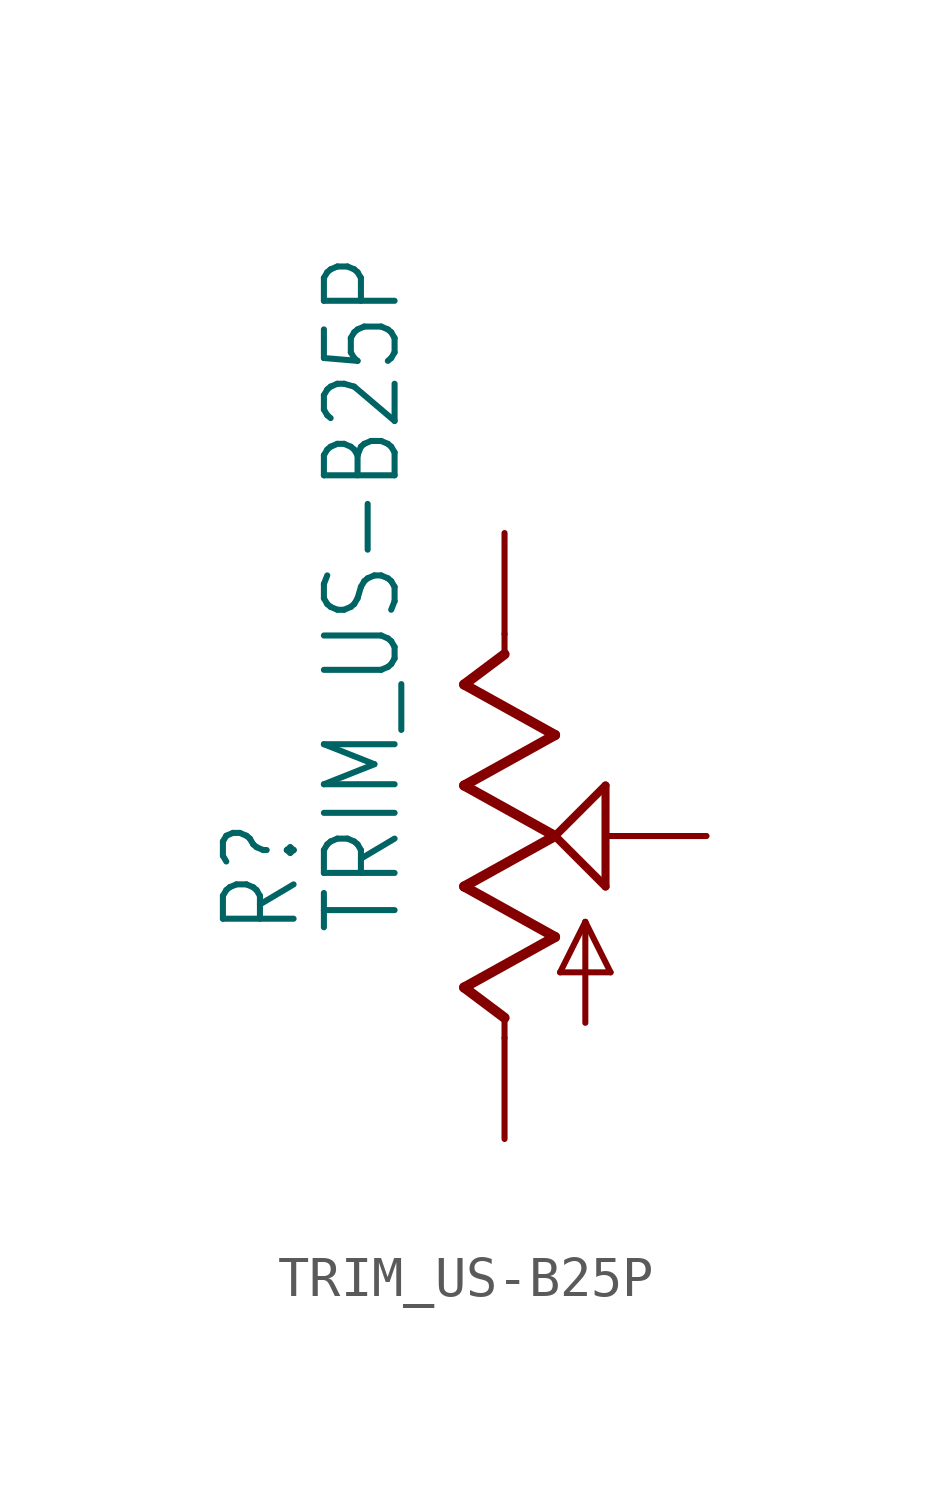
<source format=kicad_sym>
(kicad_symbol_lib
  (version 20211014)
  (generator kicad_symbol_editor)
  (symbol "TRIM_US-B25P"
    (property "Reference" "R"
      (at -5.08 -2.54 90)
      (effects (font (size 1.778 1.511)) (justify left bottom)))
    (property "Value" "TRIM_US-B25P"
      (at -2.54 -2.54 90)
      (effects (font (size 1.778 1.511)) (justify left bottom)))
    (property "ki_locked" ""
      (at 0 0 0)
      (effects (font (size 1.27 1.27))))
    (symbol "TRIM_US-B25P_1_0"
      (polyline (pts (xy -1.016 -3.81) (xy 1.27 -2.54)) (stroke (width 0.254) (type default) (color 0 0 0 0)) (fill (type none)))
      (polyline (pts (xy -1.016 -1.27) (xy 1.27 0)) (stroke (width 0.254) (type default) (color 0 0 0 0)) (fill (type none)))
      (polyline (pts (xy -1.016 1.27) (xy 1.27 2.54)) (stroke (width 0.254) (type default) (color 0 0 0 0)) (fill (type none)))
      (polyline (pts (xy -1.016 3.81) (xy 0 4.572)) (stroke (width 0.254) (type default) (color 0 0 0 0)) (fill (type none)))
      (polyline (pts (xy 0 -5.08) (xy 0 -4.572)) (stroke (width 0.152) (type default) (color 0 0 0 0)) (fill (type none)))
      (polyline (pts (xy 0 -4.572) (xy -1.016 -3.81)) (stroke (width 0.254) (type default) (color 0 0 0 0)) (fill (type none)))
      (polyline (pts (xy 0 4.572) (xy 0 5.08)) (stroke (width 0.152) (type default) (color 0 0 0 0)) (fill (type none)))
      (polyline (pts (xy 1.27 -2.54) (xy -1.016 -1.27)) (stroke (width 0.254) (type default) (color 0 0 0 0)) (fill (type none)))
      (polyline (pts (xy 1.27 0) (xy -1.016 1.27)) (stroke (width 0.254) (type default) (color 0 0 0 0)) (fill (type none)))
      (polyline (pts (xy 1.27 0) (xy 2.54 1.27)) (stroke (width 0.203) (type default) (color 0 0 0 0)) (fill (type none)))
      (polyline (pts (xy 1.27 2.54) (xy -1.016 3.81)) (stroke (width 0.254) (type default) (color 0 0 0 0)) (fill (type none)))
      (polyline (pts (xy 1.397 -3.429) (xy 2.032 -2.159)) (stroke (width 0.152) (type default) (color 0 0 0 0)) (fill (type none)))
      (polyline (pts (xy 2.032 -4.699) (xy 2.032 -2.159)) (stroke (width 0.152) (type default) (color 0 0 0 0)) (fill (type none)))
      (polyline (pts (xy 2.032 -2.159) (xy 2.667 -3.429)) (stroke (width 0.152) (type default) (color 0 0 0 0)) (fill (type none)))
      (polyline (pts (xy 2.54 -1.27) (xy 1.27 0)) (stroke (width 0.203) (type default) (color 0 0 0 0)) (fill (type none)))
      (polyline (pts (xy 2.54 1.27) (xy 2.54 -1.27)) (stroke (width 0.203) (type default) (color 0 0 0 0)) (fill (type none)))
      (polyline (pts (xy 2.667 -3.429) (xy 1.397 -3.429)) (stroke (width 0.152) (type default) (color 0 0 0 0)) (fill (type none)))
      (pin passive line (at 0 -7.62 90) (length 2.54) (name "A" (effects (font (size 0 0)))) (number "A" (effects (font (size 0 0)))))
      (pin passive line (at 0 7.62 270) (length 2.54) (name "E" (effects (font (size 0 0)))) (number "E" (effects (font (size 0 0)))))
      (pin passive line (at 5.08 0 180) (length 2.54) (name "S" (effects (font (size 0 0)))) (number "S" (effects (font (size 0 0))))))))
</source>
